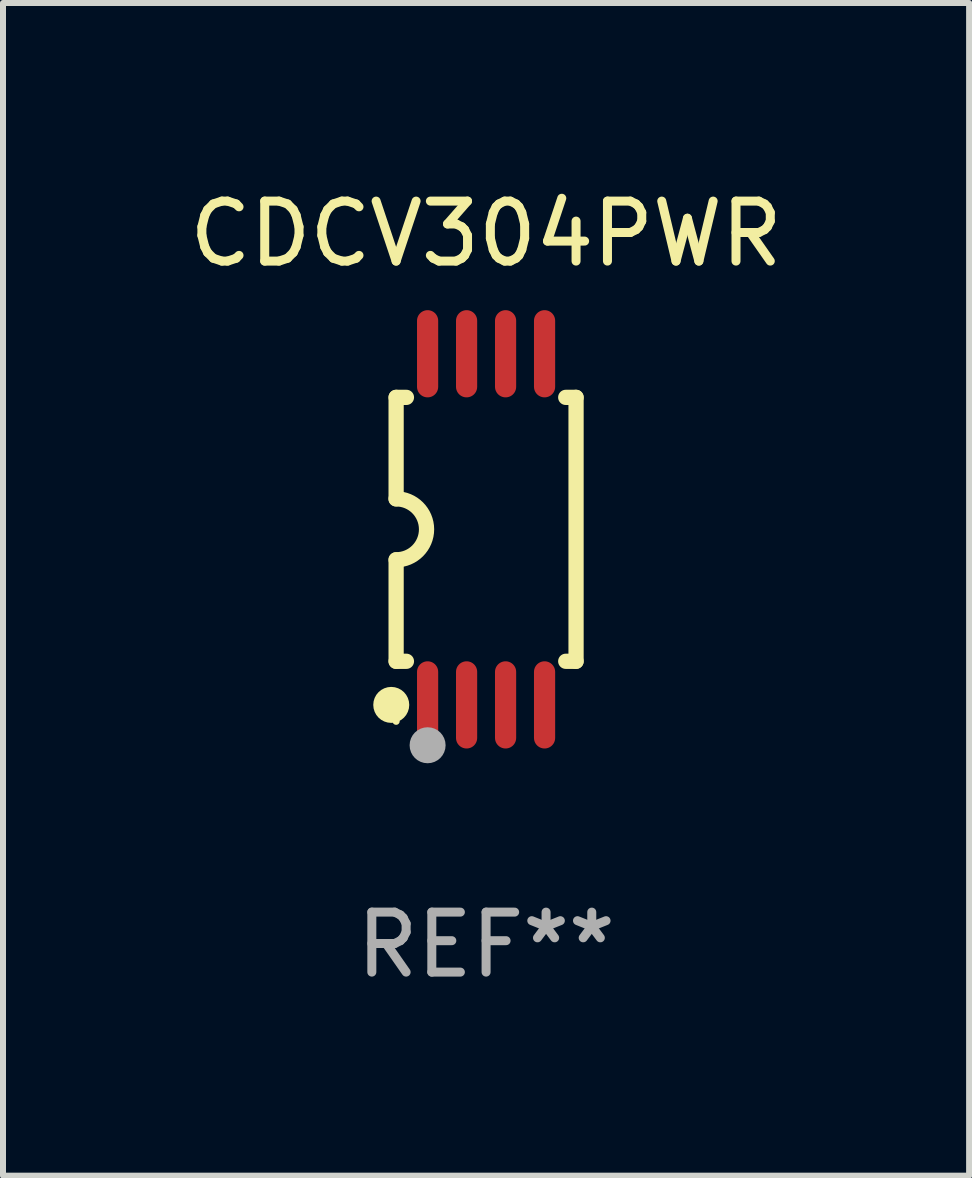
<source format=kicad_pcb>
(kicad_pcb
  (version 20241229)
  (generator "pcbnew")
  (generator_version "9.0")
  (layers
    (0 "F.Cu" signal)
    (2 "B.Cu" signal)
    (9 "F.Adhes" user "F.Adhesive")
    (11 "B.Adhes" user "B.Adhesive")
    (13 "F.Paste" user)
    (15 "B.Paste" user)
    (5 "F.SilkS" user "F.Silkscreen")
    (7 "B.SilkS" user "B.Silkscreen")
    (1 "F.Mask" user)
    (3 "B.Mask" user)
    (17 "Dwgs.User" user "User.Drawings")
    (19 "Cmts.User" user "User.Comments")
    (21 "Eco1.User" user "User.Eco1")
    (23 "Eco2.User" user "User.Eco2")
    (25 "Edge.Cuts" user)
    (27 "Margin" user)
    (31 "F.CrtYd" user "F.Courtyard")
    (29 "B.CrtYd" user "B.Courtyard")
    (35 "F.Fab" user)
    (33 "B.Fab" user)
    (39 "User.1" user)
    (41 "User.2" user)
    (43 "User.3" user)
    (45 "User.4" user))
  (footprint "CDCV304PWR"
    (layer "F.Cu")
    (at 5.054 5.775)
    (property "Reference" "CDCV304PWR" (at 0 -4.927 0) (layer "F.SilkS") (effects (font (size 1 1) (thickness 0.15))))
    (attr through_hole)
    (fp_line (start -1.5 -2.2) (end -1.5 -0.508) (stroke (width 0.254) (type solid)) (layer "F.SilkS"))
    (fp_line (start -1.5 -2.2) (end -1.328 -2.2) (stroke (width 0.254) (type solid)) (layer "F.SilkS"))
    (fp_line (start -1.5 2.2) (end -1.5 0.508) (stroke (width 0.254) (type solid)) (layer "F.SilkS"))
    (fp_line (start -1.5 2.2) (end -1.328 2.2) (stroke (width 0.254) (type solid)) (layer "F.SilkS"))
    (fp_line (start 1.328 -2.2) (end 1.5 -2.2) (stroke (width 0.254) (type solid)) (layer "F.SilkS"))
    (fp_line (start 1.328 2.2) (end 1.5 2.2) (stroke (width 0.254) (type solid)) (layer "F.SilkS"))
    (fp_line (start 1.5 -2.2) (end 1.5 2.2) (stroke (width 0.254) (type solid)) (layer "F.SilkS"))
    (fp_arc (start -1.501144 -0.508) (mid -0.993143 -0.000571) (end -1.5 0.508001) (stroke (width 0.254001) (type solid)) (layer "F.SilkS"))
    (fp_circle (center -1.581 2.927) (end -1.431 2.927) (stroke (width 0.3) (type solid)) (fill no) (layer "F.SilkS"))
    (fp_circle (center -1.5 3.2) (end -1.47 3.2) (stroke (width 0.06) (type solid)) (fill no) (layer "F.SilkS"))
    (fp_circle (center -0.975 3.6) (end -0.825 3.6) (stroke (width 0.3) (type solid)) (fill no) (layer "F.Fab"))
    (fp_text user "REF**" (at 0 6.927 0) (layer "F.Fab") (effects (font (size 1 1) (thickness 0.15))))
    (pad "1" smd oval (at -0.975 2.927) (size 0.353 1.454) (layers "F.Cu" "F.Mask" "F.Paste"))
    (pad "2" smd oval (at -0.325 2.927) (size 0.353 1.454) (layers "F.Cu" "F.Mask" "F.Paste"))
    (pad "3" smd oval (at 0.325 2.927) (size 0.353 1.454) (layers "F.Cu" "F.Mask" "F.Paste"))
    (pad "4" smd oval (at 0.975 2.927) (size 0.353 1.454) (layers "F.Cu" "F.Mask" "F.Paste"))
    (pad "5" smd oval (at 0.975 -2.927) (size 0.353 1.454) (layers "F.Cu" "F.Mask" "F.Paste"))
    (pad "6" smd oval (at 0.325 -2.927) (size 0.353 1.454) (layers "F.Cu" "F.Mask" "F.Paste"))
    (pad "7" smd oval (at -0.325 -2.927) (size 0.353 1.454) (layers "F.Cu" "F.Mask" "F.Paste"))
    (pad "8" smd oval (at -0.975 -2.927) (size 0.353 1.454) (layers "F.Cu" "F.Mask" "F.Paste")))
  (gr_rect
    (start -3 -3)
    (end 13.107 16.551)
    (stroke (width 0.1) (type default))
    (fill no)
    (layer "Edge.Cuts")))
</source>
